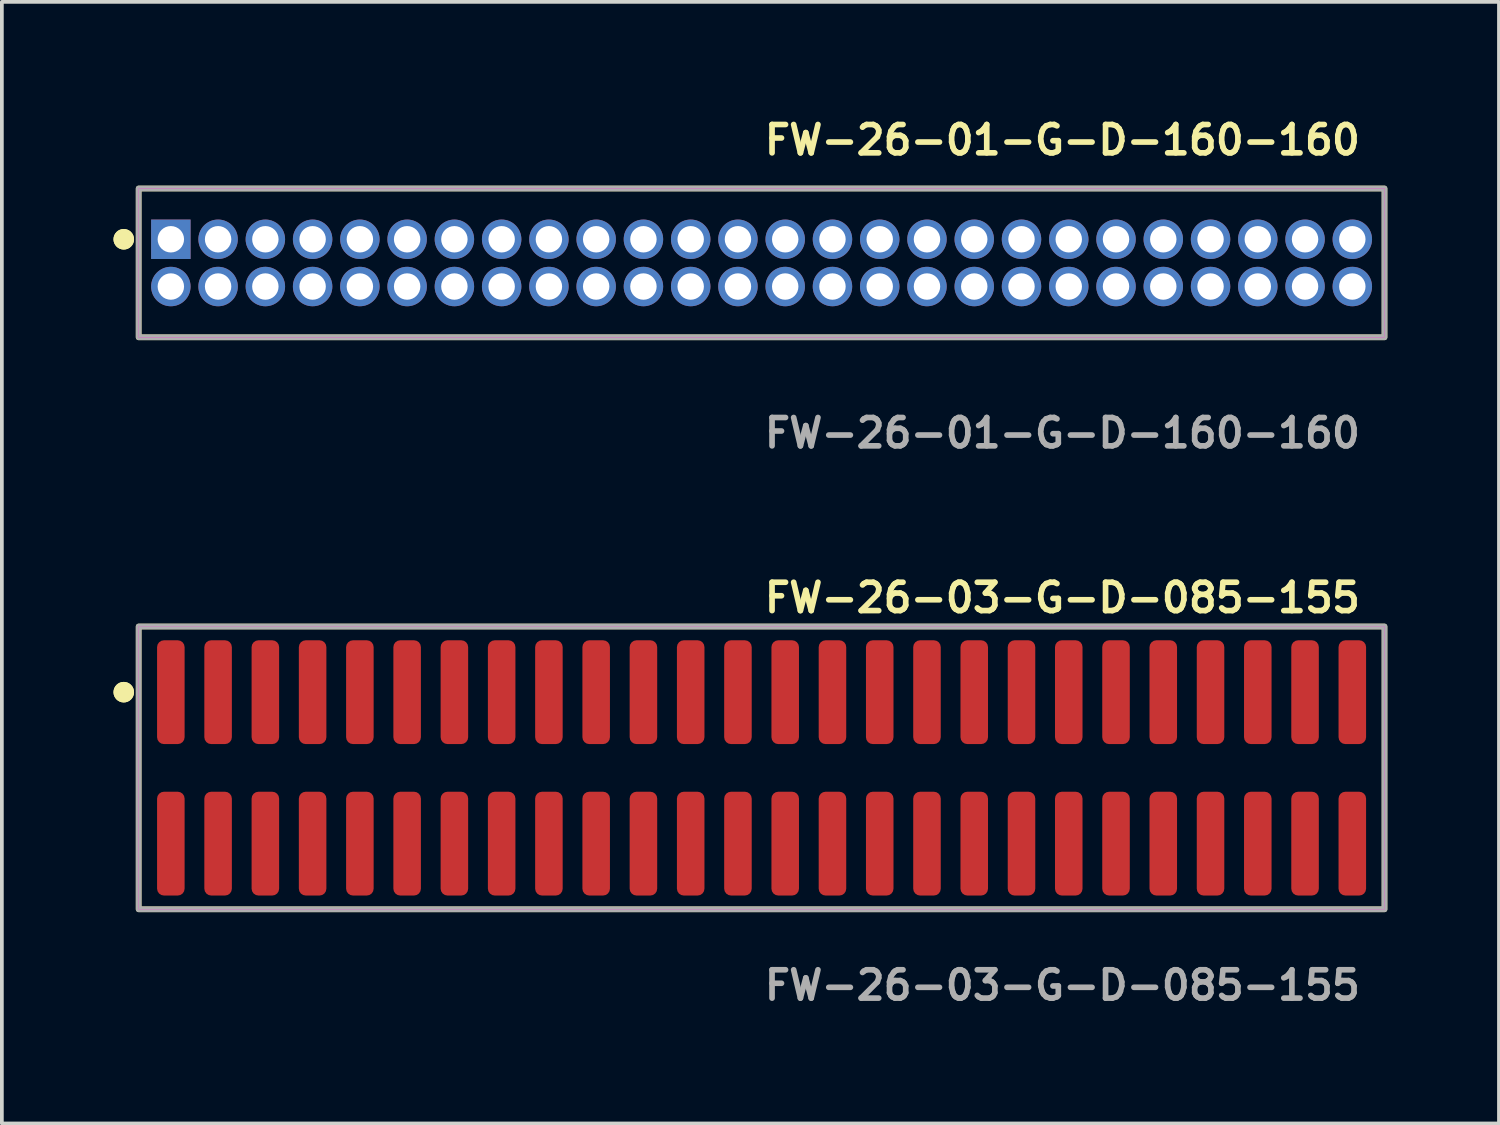
<source format=kicad_pcb>
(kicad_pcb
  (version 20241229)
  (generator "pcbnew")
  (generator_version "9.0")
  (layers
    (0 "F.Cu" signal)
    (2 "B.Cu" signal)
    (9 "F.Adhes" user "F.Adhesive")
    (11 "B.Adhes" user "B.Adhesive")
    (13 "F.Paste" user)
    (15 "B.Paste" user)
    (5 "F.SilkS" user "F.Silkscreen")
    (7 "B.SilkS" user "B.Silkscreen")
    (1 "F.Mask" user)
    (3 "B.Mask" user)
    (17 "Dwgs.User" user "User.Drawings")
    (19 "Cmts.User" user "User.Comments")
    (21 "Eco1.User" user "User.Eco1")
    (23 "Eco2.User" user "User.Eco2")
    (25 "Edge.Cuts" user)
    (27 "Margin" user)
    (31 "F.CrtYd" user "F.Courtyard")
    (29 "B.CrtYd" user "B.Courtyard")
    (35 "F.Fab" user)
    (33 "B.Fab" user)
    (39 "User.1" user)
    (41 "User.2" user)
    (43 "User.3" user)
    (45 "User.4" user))
  (footprint "FW-26-03-G-D-085-155"
    (layer "F.Cu")
    (at 17.416 17.586)
    (property "Reference" "FW-26-03-G-D-085-155" (at 0 -4.572 0) (unlocked yes) (layer "F.SilkS") (effects (font (size 0.762 0.762) (thickness 0.152)) (justify left)))
    (fp_rect (start -16.74 3.8) (end 16.74 -3.8) (stroke (width 0.152) (type solid)) (fill no) (layer "F.SilkS"))
    (fp_circle (center -17.14 -2.035) (end -17.34 -2.035) (stroke (width 0.152) (type solid)) (fill yes) (layer "F.SilkS"))
    (fp_circle (center -17.14 -2.035) (end -17.34 -2.035) (stroke (width 0.152) (type solid)) (fill yes) (layer "F.SilkS"))
    (fp_rect (start -16.74 3.8) (end 16.74 -3.8) (stroke (width 0.006) (type solid)) (fill no) (layer "F.CrtYd"))
    (fp_rect (start -16.74 3.8) (end 16.74 -3.8) (stroke (width 0.152) (type solid)) (fill no) (layer "F.Fab"))
    (fp_text user "${REFERENCE}" (at 0 5.842 0) (unlocked yes) (layer "F.Fab") (effects (font (size 0.762 0.762) (thickness 0.152)) (justify left)))
    (pad "1" smd roundrect (at -15.875 -2.035) (size 0.74 2.79) (layers "F.Cu" "F.Paste") (roundrect_rratio 0.25))
    (pad "2" smd roundrect (at -15.875 2.035) (size 0.74 2.79) (layers "F.Cu" "F.Paste") (roundrect_rratio 0.25))
    (pad "3" smd roundrect (at -14.605 -2.035) (size 0.74 2.79) (layers "F.Cu" "F.Paste") (roundrect_rratio 0.25))
    (pad "4" smd roundrect (at -14.605 2.035) (size 0.74 2.79) (layers "F.Cu" "F.Paste") (roundrect_rratio 0.25))
    (pad "5" smd roundrect (at -13.335 -2.035) (size 0.74 2.79) (layers "F.Cu" "F.Paste") (roundrect_rratio 0.25))
    (pad "6" smd roundrect (at -13.335 2.035) (size 0.74 2.79) (layers "F.Cu" "F.Paste") (roundrect_rratio 0.25))
    (pad "7" smd roundrect (at -12.065 -2.035) (size 0.74 2.79) (layers "F.Cu" "F.Paste") (roundrect_rratio 0.25))
    (pad "8" smd roundrect (at -12.065 2.035) (size 0.74 2.79) (layers "F.Cu" "F.Paste") (roundrect_rratio 0.25))
    (pad "9" smd roundrect (at -10.795 -2.035) (size 0.74 2.79) (layers "F.Cu" "F.Paste") (roundrect_rratio 0.25))
    (pad "10" smd roundrect (at -10.795 2.035) (size 0.74 2.79) (layers "F.Cu" "F.Paste") (roundrect_rratio 0.25))
    (pad "11" smd roundrect (at -9.525 -2.035) (size 0.74 2.79) (layers "F.Cu" "F.Paste") (roundrect_rratio 0.25))
    (pad "12" smd roundrect (at -9.525 2.035) (size 0.74 2.79) (layers "F.Cu" "F.Paste") (roundrect_rratio 0.25))
    (pad "13" smd roundrect (at -8.255 -2.035) (size 0.74 2.79) (layers "F.Cu" "F.Paste") (roundrect_rratio 0.25))
    (pad "14" smd roundrect (at -8.255 2.035) (size 0.74 2.79) (layers "F.Cu" "F.Paste") (roundrect_rratio 0.25))
    (pad "15" smd roundrect (at -6.985 -2.035) (size 0.74 2.79) (layers "F.Cu" "F.Paste") (roundrect_rratio 0.25))
    (pad "16" smd roundrect (at -6.985 2.035) (size 0.74 2.79) (layers "F.Cu" "F.Paste") (roundrect_rratio 0.25))
    (pad "17" smd roundrect (at -5.715 -2.035) (size 0.74 2.79) (layers "F.Cu" "F.Paste") (roundrect_rratio 0.25))
    (pad "18" smd roundrect (at -5.715 2.035) (size 0.74 2.79) (layers "F.Cu" "F.Paste") (roundrect_rratio 0.25))
    (pad "19" smd roundrect (at -4.445 -2.035) (size 0.74 2.79) (layers "F.Cu" "F.Paste") (roundrect_rratio 0.25))
    (pad "20" smd roundrect (at -4.445 2.035) (size 0.74 2.79) (layers "F.Cu" "F.Paste") (roundrect_rratio 0.25))
    (pad "21" smd roundrect (at -3.175 -2.035) (size 0.74 2.79) (layers "F.Cu" "F.Paste") (roundrect_rratio 0.25))
    (pad "22" smd roundrect (at -3.175 2.035) (size 0.74 2.79) (layers "F.Cu" "F.Paste") (roundrect_rratio 0.25))
    (pad "23" smd roundrect (at -1.905 -2.035) (size 0.74 2.79) (layers "F.Cu" "F.Paste") (roundrect_rratio 0.25))
    (pad "24" smd roundrect (at -1.905 2.035) (size 0.74 2.79) (layers "F.Cu" "F.Paste") (roundrect_rratio 0.25))
    (pad "25" smd roundrect (at -0.635 -2.035) (size 0.74 2.79) (layers "F.Cu" "F.Paste") (roundrect_rratio 0.25))
    (pad "26" smd roundrect (at -0.635 2.035) (size 0.74 2.79) (layers "F.Cu" "F.Paste") (roundrect_rratio 0.25))
    (pad "27" smd roundrect (at 0.635 -2.035) (size 0.74 2.79) (layers "F.Cu" "F.Paste") (roundrect_rratio 0.25))
    (pad "28" smd roundrect (at 0.635 2.035) (size 0.74 2.79) (layers "F.Cu" "F.Paste") (roundrect_rratio 0.25))
    (pad "29" smd roundrect (at 1.905 -2.035) (size 0.74 2.79) (layers "F.Cu" "F.Paste") (roundrect_rratio 0.25))
    (pad "30" smd roundrect (at 1.905 2.035) (size 0.74 2.79) (layers "F.Cu" "F.Paste") (roundrect_rratio 0.25))
    (pad "31" smd roundrect (at 3.175 -2.035) (size 0.74 2.79) (layers "F.Cu" "F.Paste") (roundrect_rratio 0.25))
    (pad "32" smd roundrect (at 3.175 2.035) (size 0.74 2.79) (layers "F.Cu" "F.Paste") (roundrect_rratio 0.25))
    (pad "33" smd roundrect (at 4.445 -2.035) (size 0.74 2.79) (layers "F.Cu" "F.Paste") (roundrect_rratio 0.25))
    (pad "34" smd roundrect (at 4.445 2.035) (size 0.74 2.79) (layers "F.Cu" "F.Paste") (roundrect_rratio 0.25))
    (pad "35" smd roundrect (at 5.715 -2.035) (size 0.74 2.79) (layers "F.Cu" "F.Paste") (roundrect_rratio 0.25))
    (pad "36" smd roundrect (at 5.715 2.035) (size 0.74 2.79) (layers "F.Cu" "F.Paste") (roundrect_rratio 0.25))
    (pad "37" smd roundrect (at 6.985 -2.035) (size 0.74 2.79) (layers "F.Cu" "F.Paste") (roundrect_rratio 0.25))
    (pad "38" smd roundrect (at 6.985 2.035) (size 0.74 2.79) (layers "F.Cu" "F.Paste") (roundrect_rratio 0.25))
    (pad "39" smd roundrect (at 8.255 -2.035) (size 0.74 2.79) (layers "F.Cu" "F.Paste") (roundrect_rratio 0.25))
    (pad "40" smd roundrect (at 8.255 2.035) (size 0.74 2.79) (layers "F.Cu" "F.Paste") (roundrect_rratio 0.25))
    (pad "41" smd roundrect (at 9.525 -2.035) (size 0.74 2.79) (layers "F.Cu" "F.Paste") (roundrect_rratio 0.25))
    (pad "42" smd roundrect (at 9.525 2.035) (size 0.74 2.79) (layers "F.Cu" "F.Paste") (roundrect_rratio 0.25))
    (pad "43" smd roundrect (at 10.795 -2.035) (size 0.74 2.79) (layers "F.Cu" "F.Paste") (roundrect_rratio 0.25))
    (pad "44" smd roundrect (at 10.795 2.035) (size 0.74 2.79) (layers "F.Cu" "F.Paste") (roundrect_rratio 0.25))
    (pad "45" smd roundrect (at 12.065 -2.035) (size 0.74 2.79) (layers "F.Cu" "F.Paste") (roundrect_rratio 0.25))
    (pad "46" smd roundrect (at 12.065 2.035) (size 0.74 2.79) (layers "F.Cu" "F.Paste") (roundrect_rratio 0.25))
    (pad "47" smd roundrect (at 13.335 -2.035) (size 0.74 2.79) (layers "F.Cu" "F.Paste") (roundrect_rratio 0.25))
    (pad "48" smd roundrect (at 13.335 2.035) (size 0.74 2.79) (layers "F.Cu" "F.Paste") (roundrect_rratio 0.25))
    (pad "49" smd roundrect (at 14.605 -2.035) (size 0.74 2.79) (layers "F.Cu" "F.Paste") (roundrect_rratio 0.25))
    (pad "50" smd roundrect (at 14.605 2.035) (size 0.74 2.79) (layers "F.Cu" "F.Paste") (roundrect_rratio 0.25))
    (pad "51" smd roundrect (at 15.875 -2.035) (size 0.74 2.79) (layers "F.Cu" "F.Paste") (roundrect_rratio 0.25))
    (pad "52" smd roundrect (at 15.875 2.035) (size 0.74 2.79) (layers "F.Cu" "F.Paste") (roundrect_rratio 0.25)))
  (footprint "FW-26-01-G-D-160-160"
    (layer "F.Cu")
    (at 17.416 4.015)
    (property "Reference" "FW-26-01-G-D-160-160" (at 0 -3.302 0) (unlocked yes) (layer "F.SilkS") (effects (font (size 0.762 0.762) (thickness 0.152)) (justify left)))
    (fp_rect (start -16.74 2) (end 16.74 -2) (stroke (width 0.152) (type solid)) (fill no) (layer "F.SilkS"))
    (fp_circle (center -17.14 -0.635) (end -17.34 -0.635) (stroke (width 0.152) (type solid)) (fill yes) (layer "F.SilkS"))
    (fp_circle (center -17.14 -0.635) (end -17.34 -0.635) (stroke (width 0.152) (type solid)) (fill yes) (layer "F.SilkS"))
    (fp_rect (start -16.74 2) (end 16.74 -2) (stroke (width 0.006) (type solid)) (fill no) (layer "F.CrtYd"))
    (fp_rect (start -16.74 2) (end 16.74 -2) (stroke (width 0.152) (type solid)) (fill no) (layer "F.Fab"))
    (fp_text user "${REFERENCE}" (at 0 4.572 0) (unlocked yes) (layer "F.Fab") (effects (font (size 0.762 0.762) (thickness 0.152)) (justify left)))
    (pad "1" thru_hole rect (at -15.875 -0.635) (size 1.06 1.06) (drill 0.71) (layers "*.Cu" "*.Mask"))
    (pad "2" thru_hole circle (at -15.875 0.635) (size 1.06 1.06) (drill 0.71) (layers "*.Cu" "*.Mask"))
    (pad "3" thru_hole circle (at -14.605 -0.635) (size 1.06 1.06) (drill 0.71) (layers "*.Cu" "*.Mask"))
    (pad "4" thru_hole circle (at -14.605 0.635) (size 1.06 1.06) (drill 0.71) (layers "*.Cu" "*.Mask"))
    (pad "5" thru_hole circle (at -13.335 -0.635) (size 1.06 1.06) (drill 0.71) (layers "*.Cu" "*.Mask"))
    (pad "6" thru_hole circle (at -13.335 0.635) (size 1.06 1.06) (drill 0.71) (layers "*.Cu" "*.Mask"))
    (pad "7" thru_hole circle (at -12.065 -0.635) (size 1.06 1.06) (drill 0.71) (layers "*.Cu" "*.Mask"))
    (pad "8" thru_hole circle (at -12.065 0.635) (size 1.06 1.06) (drill 0.71) (layers "*.Cu" "*.Mask"))
    (pad "9" thru_hole circle (at -10.795 -0.635) (size 1.06 1.06) (drill 0.71) (layers "*.Cu" "*.Mask"))
    (pad "10" thru_hole circle (at -10.795 0.635) (size 1.06 1.06) (drill 0.71) (layers "*.Cu" "*.Mask"))
    (pad "11" thru_hole circle (at -9.525 -0.635) (size 1.06 1.06) (drill 0.71) (layers "*.Cu" "*.Mask"))
    (pad "12" thru_hole circle (at -9.525 0.635) (size 1.06 1.06) (drill 0.71) (layers "*.Cu" "*.Mask"))
    (pad "13" thru_hole circle (at -8.255 -0.635) (size 1.06 1.06) (drill 0.71) (layers "*.Cu" "*.Mask"))
    (pad "14" thru_hole circle (at -8.255 0.635) (size 1.06 1.06) (drill 0.71) (layers "*.Cu" "*.Mask"))
    (pad "15" thru_hole circle (at -6.985 -0.635) (size 1.06 1.06) (drill 0.71) (layers "*.Cu" "*.Mask"))
    (pad "16" thru_hole circle (at -6.985 0.635) (size 1.06 1.06) (drill 0.71) (layers "*.Cu" "*.Mask"))
    (pad "17" thru_hole circle (at -5.715 -0.635) (size 1.06 1.06) (drill 0.71) (layers "*.Cu" "*.Mask"))
    (pad "18" thru_hole circle (at -5.715 0.635) (size 1.06 1.06) (drill 0.71) (layers "*.Cu" "*.Mask"))
    (pad "19" thru_hole circle (at -4.445 -0.635) (size 1.06 1.06) (drill 0.71) (layers "*.Cu" "*.Mask"))
    (pad "20" thru_hole circle (at -4.445 0.635) (size 1.06 1.06) (drill 0.71) (layers "*.Cu" "*.Mask"))
    (pad "21" thru_hole circle (at -3.175 -0.635) (size 1.06 1.06) (drill 0.71) (layers "*.Cu" "*.Mask"))
    (pad "22" thru_hole circle (at -3.175 0.635) (size 1.06 1.06) (drill 0.71) (layers "*.Cu" "*.Mask"))
    (pad "23" thru_hole circle (at -1.905 -0.635) (size 1.06 1.06) (drill 0.71) (layers "*.Cu" "*.Mask"))
    (pad "24" thru_hole circle (at -1.905 0.635) (size 1.06 1.06) (drill 0.71) (layers "*.Cu" "*.Mask"))
    (pad "25" thru_hole circle (at -0.635 -0.635) (size 1.06 1.06) (drill 0.71) (layers "*.Cu" "*.Mask"))
    (pad "26" thru_hole circle (at -0.635 0.635) (size 1.06 1.06) (drill 0.71) (layers "*.Cu" "*.Mask"))
    (pad "27" thru_hole circle (at 0.635 -0.635) (size 1.06 1.06) (drill 0.71) (layers "*.Cu" "*.Mask"))
    (pad "28" thru_hole circle (at 0.635 0.635) (size 1.06 1.06) (drill 0.71) (layers "*.Cu" "*.Mask"))
    (pad "29" thru_hole circle (at 1.905 -0.635) (size 1.06 1.06) (drill 0.71) (layers "*.Cu" "*.Mask"))
    (pad "30" thru_hole circle (at 1.905 0.635) (size 1.06 1.06) (drill 0.71) (layers "*.Cu" "*.Mask"))
    (pad "31" thru_hole circle (at 3.175 -0.635) (size 1.06 1.06) (drill 0.71) (layers "*.Cu" "*.Mask"))
    (pad "32" thru_hole circle (at 3.175 0.635) (size 1.06 1.06) (drill 0.71) (layers "*.Cu" "*.Mask"))
    (pad "33" thru_hole circle (at 4.445 -0.635) (size 1.06 1.06) (drill 0.71) (layers "*.Cu" "*.Mask"))
    (pad "34" thru_hole circle (at 4.445 0.635) (size 1.06 1.06) (drill 0.71) (layers "*.Cu" "*.Mask"))
    (pad "35" thru_hole circle (at 5.715 -0.635) (size 1.06 1.06) (drill 0.71) (layers "*.Cu" "*.Mask"))
    (pad "36" thru_hole circle (at 5.715 0.635) (size 1.06 1.06) (drill 0.71) (layers "*.Cu" "*.Mask"))
    (pad "37" thru_hole circle (at 6.985 -0.635) (size 1.06 1.06) (drill 0.71) (layers "*.Cu" "*.Mask"))
    (pad "38" thru_hole circle (at 6.985 0.635) (size 1.06 1.06) (drill 0.71) (layers "*.Cu" "*.Mask"))
    (pad "39" thru_hole circle (at 8.255 -0.635) (size 1.06 1.06) (drill 0.71) (layers "*.Cu" "*.Mask"))
    (pad "40" thru_hole circle (at 8.255 0.635) (size 1.06 1.06) (drill 0.71) (layers "*.Cu" "*.Mask"))
    (pad "41" thru_hole circle (at 9.525 -0.635) (size 1.06 1.06) (drill 0.71) (layers "*.Cu" "*.Mask"))
    (pad "42" thru_hole circle (at 9.525 0.635) (size 1.06 1.06) (drill 0.71) (layers "*.Cu" "*.Mask"))
    (pad "43" thru_hole circle (at 10.795 -0.635) (size 1.06 1.06) (drill 0.71) (layers "*.Cu" "*.Mask"))
    (pad "44" thru_hole circle (at 10.795 0.635) (size 1.06 1.06) (drill 0.71) (layers "*.Cu" "*.Mask"))
    (pad "45" thru_hole circle (at 12.065 -0.635) (size 1.06 1.06) (drill 0.71) (layers "*.Cu" "*.Mask"))
    (pad "46" thru_hole circle (at 12.065 0.635) (size 1.06 1.06) (drill 0.71) (layers "*.Cu" "*.Mask"))
    (pad "47" thru_hole circle (at 13.335 -0.635) (size 1.06 1.06) (drill 0.71) (layers "*.Cu" "*.Mask"))
    (pad "48" thru_hole circle (at 13.335 0.635) (size 1.06 1.06) (drill 0.71) (layers "*.Cu" "*.Mask"))
    (pad "49" thru_hole circle (at 14.605 -0.635) (size 1.06 1.06) (drill 0.71) (layers "*.Cu" "*.Mask"))
    (pad "50" thru_hole circle (at 14.605 0.635) (size 1.06 1.06) (drill 0.71) (layers "*.Cu" "*.Mask"))
    (pad "51" thru_hole circle (at 15.875 -0.635) (size 1.06 1.06) (drill 0.71) (layers "*.Cu" "*.Mask"))
    (pad "52" thru_hole circle (at 15.875 0.635) (size 1.06 1.06) (drill 0.71) (layers "*.Cu" "*.Mask")))
  (gr_rect
    (start -3 -3)
    (end 37.232 27.141)
    (stroke (width 0.1) (type default))
    (fill no)
    (layer "Edge.Cuts")))
</source>
